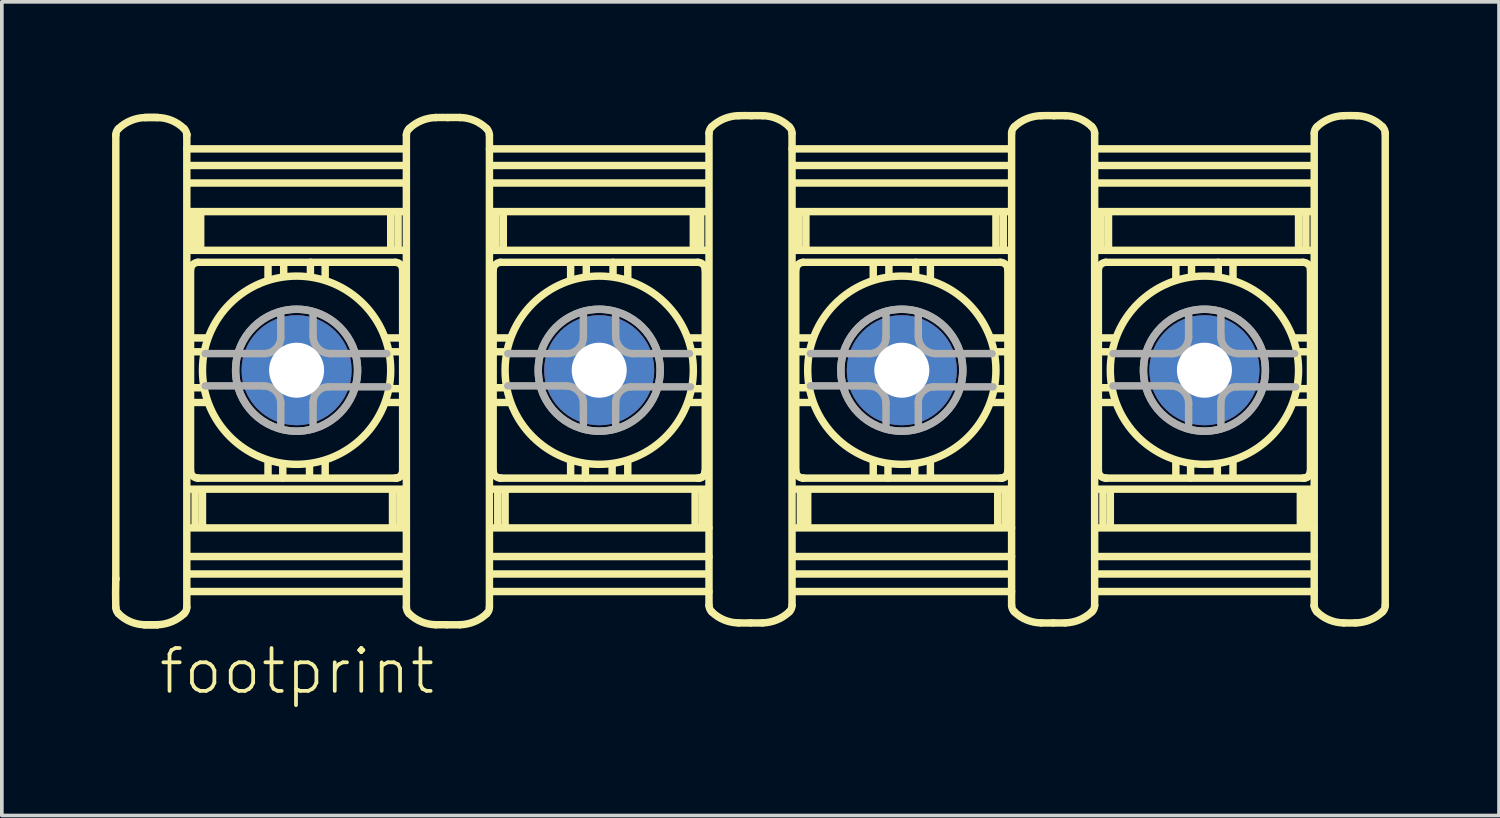
<source format=kicad_pcb>
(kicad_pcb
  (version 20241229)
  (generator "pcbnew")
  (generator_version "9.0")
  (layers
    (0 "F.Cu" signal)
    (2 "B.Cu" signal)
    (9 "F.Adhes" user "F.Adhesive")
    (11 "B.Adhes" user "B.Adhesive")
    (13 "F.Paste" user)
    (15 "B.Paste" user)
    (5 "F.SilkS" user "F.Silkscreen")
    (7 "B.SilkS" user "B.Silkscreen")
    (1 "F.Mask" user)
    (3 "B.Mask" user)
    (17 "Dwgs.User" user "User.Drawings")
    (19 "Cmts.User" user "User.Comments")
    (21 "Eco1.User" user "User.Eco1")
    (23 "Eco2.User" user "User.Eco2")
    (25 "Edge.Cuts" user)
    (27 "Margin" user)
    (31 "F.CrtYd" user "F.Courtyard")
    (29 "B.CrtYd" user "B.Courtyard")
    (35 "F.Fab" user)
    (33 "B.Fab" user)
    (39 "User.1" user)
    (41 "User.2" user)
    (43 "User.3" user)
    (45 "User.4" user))
  (footprint "footprint"
    (layer "F.Cu")
    (at 17.411 7.043)
    (property "Reference" "footprint" (at -16.185 8.89 0) (layer "F.SilkS") (effects (font (size 1.168 1.168) (thickness 0.102)) (justify left bottom)))
    (fp_line (start -17.304 -6.411) (end -17.304 5.682) (stroke (width 0.203) (type solid)) (layer "F.SilkS"))
    (fp_line (start -17.304 5.682) (end -17.304 5.707) (stroke (width 0.203) (type solid)) (layer "F.SilkS"))
    (fp_line (start -15.368 -6.411) (end -15.368 -6.436) (stroke (width 0.203) (type solid)) (layer "F.SilkS"))
    (fp_line (start -15.368 6.461) (end -15.368 -6.411) (stroke (width 0.203) (type solid)) (layer "F.SilkS"))
    (fp_line (start -15.342 3.243) (end -9.433 3.243) (stroke (width 0.203) (type solid)) (layer "F.SilkS"))
    (fp_line (start -15.342 4.299) (end -9.383 4.299) (stroke (width 0.203) (type solid)) (layer "F.SilkS"))
    (fp_line (start -15.342 5.079) (end -9.383 5.079) (stroke (width 0.203) (type solid)) (layer "F.SilkS"))
    (fp_line (start -15.342 5.556) (end -9.408 5.556) (stroke (width 0.203) (type solid)) (layer "F.SilkS"))
    (fp_line (start -15.342 6.034) (end -9.383 6.034) (stroke (width 0.203) (type solid)) (layer "F.SilkS"))
    (fp_line (start -15.317 0.88) (end -14.814 0.88) (stroke (width 0.203) (type solid)) (layer "F.SilkS"))
    (fp_line (start -15.266 -2.741) (end -15.266 2.74) (stroke (width 0.203) (type solid)) (layer "F.SilkS"))
    (fp_line (start -15.241 -0.88) (end -14.814 -0.88) (stroke (width 0.203) (type solid)) (layer "F.SilkS"))
    (fp_line (start -15.241 -0.503) (end -14.914 -0.503) (stroke (width 0.203) (type solid)) (layer "F.SilkS"))
    (fp_line (start -15.241 0.478) (end -14.914 0.478) (stroke (width 0.203) (type solid)) (layer "F.SilkS"))
    (fp_line (start -15.19 -3.319) (end -15.19 -4.299) (stroke (width 0.203) (type solid)) (layer "F.SilkS"))
    (fp_line (start -15.141 3.268) (end -15.141 4.274) (stroke (width 0.203) (type solid)) (layer "F.SilkS"))
    (fp_line (start -15.065 2.942) (end -15.065 2.942) (stroke (width 0.203) (type solid)) (layer "F.SilkS"))
    (fp_line (start -15.065 2.942) (end -9.66 2.942) (stroke (width 0.203) (type solid)) (layer "F.SilkS"))
    (fp_line (start -14.99 -3.294) (end -14.99 -4.274) (stroke (width 0.203) (type solid)) (layer "F.SilkS"))
    (fp_line (start -14.941 3.293) (end -14.941 4.274) (stroke (width 0.203) (type solid)) (layer "F.SilkS"))
    (fp_line (start -13.154 -2.464) (end -13.154 -2.917) (stroke (width 0.203) (type solid)) (layer "F.SilkS"))
    (fp_line (start -13.154 2.917) (end -13.154 2.489) (stroke (width 0.203) (type solid)) (layer "F.SilkS"))
    (fp_line (start -12.752 2.942) (end -12.752 2.564) (stroke (width 0.203) (type solid)) (layer "F.SilkS"))
    (fp_line (start -12.727 -2.564) (end -12.727 -2.917) (stroke (width 0.203) (type solid)) (layer "F.SilkS"))
    (fp_line (start -12.023 2.564) (end -12.023 2.917) (stroke (width 0.203) (type solid)) (layer "F.SilkS"))
    (fp_line (start -11.998 -2.942) (end -11.998 -2.564) (stroke (width 0.203) (type solid)) (layer "F.SilkS"))
    (fp_line (start -11.596 -2.917) (end -11.596 -2.489) (stroke (width 0.203) (type solid)) (layer "F.SilkS"))
    (fp_line (start -11.596 2.464) (end -11.596 2.917) (stroke (width 0.203) (type solid)) (layer "F.SilkS"))
    (fp_line (start -9.809 -3.319) (end -9.809 -4.274) (stroke (width 0.203) (type solid)) (layer "F.SilkS"))
    (fp_line (start -9.76 3.294) (end -9.76 4.274) (stroke (width 0.203) (type solid)) (layer "F.SilkS"))
    (fp_line (start -9.686 -2.942) (end -15.067 -2.942) (stroke (width 0.203) (type solid)) (layer "F.SilkS"))
    (fp_line (start -9.609 -3.294) (end -9.609 -4.249) (stroke (width 0.203) (type solid)) (layer "F.SilkS"))
    (fp_line (start -9.56 3.293) (end -9.56 4.274) (stroke (width 0.203) (type solid)) (layer "F.SilkS"))
    (fp_line (start -9.509 -0.88) (end -9.936 -0.88) (stroke (width 0.203) (type solid)) (layer "F.SilkS"))
    (fp_line (start -9.509 -0.503) (end -9.81 -0.503) (stroke (width 0.203) (type solid)) (layer "F.SilkS"))
    (fp_line (start -9.509 0.503) (end -9.836 0.503) (stroke (width 0.203) (type solid)) (layer "F.SilkS"))
    (fp_line (start -9.509 0.88) (end -9.936 0.88) (stroke (width 0.203) (type solid)) (layer "F.SilkS"))
    (fp_line (start -9.484 2.766) (end -9.484 -2.74) (stroke (width 0.203) (type solid)) (layer "F.SilkS"))
    (fp_line (start -9.432 -5.581) (end -15.34 -5.581) (stroke (width 0.203) (type solid)) (layer "F.SilkS"))
    (fp_line (start -9.432 -5.104) (end -15.34 -5.104) (stroke (width 0.203) (type solid)) (layer "F.SilkS"))
    (fp_line (start -9.432 -4.324) (end -15.34 -4.324) (stroke (width 0.203) (type solid)) (layer "F.SilkS"))
    (fp_line (start -9.432 -3.268) (end -15.29 -3.268) (stroke (width 0.203) (type solid)) (layer "F.SilkS"))
    (fp_line (start -9.408 -6.034) (end -15.367 -6.034) (stroke (width 0.203) (type solid)) (layer "F.SilkS"))
    (fp_line (start -9.382 -6.411) (end -9.382 6.462) (stroke (width 0.203) (type solid)) (layer "F.SilkS"))
    (fp_line (start -7.118 6.461) (end -7.118 -6.411) (stroke (width 0.203) (type solid)) (layer "F.SilkS"))
    (fp_line (start -7.092 3.243) (end -1.183 3.243) (stroke (width 0.203) (type solid)) (layer "F.SilkS"))
    (fp_line (start -7.092 4.299) (end -1.133 4.299) (stroke (width 0.203) (type solid)) (layer "F.SilkS"))
    (fp_line (start -7.092 5.079) (end -1.133 5.079) (stroke (width 0.203) (type solid)) (layer "F.SilkS"))
    (fp_line (start -7.092 5.556) (end -1.158 5.556) (stroke (width 0.203) (type solid)) (layer "F.SilkS"))
    (fp_line (start -7.092 6.034) (end -1.133 6.034) (stroke (width 0.203) (type solid)) (layer "F.SilkS"))
    (fp_line (start -7.067 0.88) (end -6.564 0.88) (stroke (width 0.203) (type solid)) (layer "F.SilkS"))
    (fp_line (start -7.016 -2.741) (end -7.016 2.74) (stroke (width 0.203) (type solid)) (layer "F.SilkS"))
    (fp_line (start -6.991 -0.88) (end -6.564 -0.88) (stroke (width 0.203) (type solid)) (layer "F.SilkS"))
    (fp_line (start -6.991 -0.503) (end -6.664 -0.503) (stroke (width 0.203) (type solid)) (layer "F.SilkS"))
    (fp_line (start -6.991 0.478) (end -6.664 0.478) (stroke (width 0.203) (type solid)) (layer "F.SilkS"))
    (fp_line (start -6.939 -3.319) (end -6.939 -4.299) (stroke (width 0.203) (type solid)) (layer "F.SilkS"))
    (fp_line (start -6.891 3.268) (end -6.891 4.274) (stroke (width 0.203) (type solid)) (layer "F.SilkS"))
    (fp_line (start -6.815 2.942) (end -6.815 2.942) (stroke (width 0.203) (type solid)) (layer "F.SilkS"))
    (fp_line (start -6.815 2.942) (end -1.41 2.942) (stroke (width 0.203) (type solid)) (layer "F.SilkS"))
    (fp_line (start -6.74 -3.294) (end -6.74 -4.274) (stroke (width 0.203) (type solid)) (layer "F.SilkS"))
    (fp_line (start -6.691 3.293) (end -6.691 4.274) (stroke (width 0.203) (type solid)) (layer "F.SilkS"))
    (fp_line (start -4.904 -2.464) (end -4.904 -2.917) (stroke (width 0.203) (type solid)) (layer "F.SilkS"))
    (fp_line (start -4.904 2.917) (end -4.904 2.489) (stroke (width 0.203) (type solid)) (layer "F.SilkS"))
    (fp_line (start -4.502 2.942) (end -4.502 2.564) (stroke (width 0.203) (type solid)) (layer "F.SilkS"))
    (fp_line (start -4.477 -2.564) (end -4.477 -2.917) (stroke (width 0.203) (type solid)) (layer "F.SilkS"))
    (fp_line (start -3.773 2.564) (end -3.773 2.917) (stroke (width 0.203) (type solid)) (layer "F.SilkS"))
    (fp_line (start -3.748 -2.942) (end -3.748 -2.564) (stroke (width 0.203) (type solid)) (layer "F.SilkS"))
    (fp_line (start -3.346 -2.917) (end -3.346 -2.489) (stroke (width 0.203) (type solid)) (layer "F.SilkS"))
    (fp_line (start -3.346 2.464) (end -3.346 2.917) (stroke (width 0.203) (type solid)) (layer "F.SilkS"))
    (fp_line (start -1.559 -3.319) (end -1.559 -4.274) (stroke (width 0.203) (type solid)) (layer "F.SilkS"))
    (fp_line (start -1.51 3.294) (end -1.51 4.274) (stroke (width 0.203) (type solid)) (layer "F.SilkS"))
    (fp_line (start -1.436 -2.942) (end -6.817 -2.942) (stroke (width 0.203) (type solid)) (layer "F.SilkS"))
    (fp_line (start -1.359 -3.294) (end -1.359 -4.249) (stroke (width 0.203) (type solid)) (layer "F.SilkS"))
    (fp_line (start -1.31 3.293) (end -1.31 4.274) (stroke (width 0.203) (type solid)) (layer "F.SilkS"))
    (fp_line (start -1.259 -0.88) (end -1.686 -0.88) (stroke (width 0.203) (type solid)) (layer "F.SilkS"))
    (fp_line (start -1.259 -0.503) (end -1.56 -0.503) (stroke (width 0.203) (type solid)) (layer "F.SilkS"))
    (fp_line (start -1.259 0.503) (end -1.586 0.503) (stroke (width 0.203) (type solid)) (layer "F.SilkS"))
    (fp_line (start -1.259 0.88) (end -1.686 0.88) (stroke (width 0.203) (type solid)) (layer "F.SilkS"))
    (fp_line (start -1.234 2.766) (end -1.234 -2.74) (stroke (width 0.203) (type solid)) (layer "F.SilkS"))
    (fp_line (start -1.182 -5.581) (end -7.09 -5.581) (stroke (width 0.203) (type solid)) (layer "F.SilkS"))
    (fp_line (start -1.182 -5.104) (end -7.09 -5.104) (stroke (width 0.203) (type solid)) (layer "F.SilkS"))
    (fp_line (start -1.182 -4.324) (end -7.09 -4.324) (stroke (width 0.203) (type solid)) (layer "F.SilkS"))
    (fp_line (start -1.182 -3.268) (end -7.04 -3.268) (stroke (width 0.203) (type solid)) (layer "F.SilkS"))
    (fp_line (start -1.158 -6.034) (end -7.117 -6.034) (stroke (width 0.203) (type solid)) (layer "F.SilkS"))
    (fp_line (start -1.132 -6.461) (end -1.132 6.411) (stroke (width 0.203) (type solid)) (layer "F.SilkS"))
    (fp_line (start 1.132 6.411) (end 1.132 -6.462) (stroke (width 0.203) (type solid)) (layer "F.SilkS"))
    (fp_line (start 1.158 3.243) (end 7.067 3.243) (stroke (width 0.203) (type solid)) (layer "F.SilkS"))
    (fp_line (start 1.158 4.299) (end 7.117 4.299) (stroke (width 0.203) (type solid)) (layer "F.SilkS"))
    (fp_line (start 1.158 5.079) (end 7.117 5.079) (stroke (width 0.203) (type solid)) (layer "F.SilkS"))
    (fp_line (start 1.158 5.556) (end 7.092 5.556) (stroke (width 0.203) (type solid)) (layer "F.SilkS"))
    (fp_line (start 1.158 6.034) (end 7.117 6.034) (stroke (width 0.203) (type solid)) (layer "F.SilkS"))
    (fp_line (start 1.183 0.88) (end 1.686 0.88) (stroke (width 0.203) (type solid)) (layer "F.SilkS"))
    (fp_line (start 1.234 -2.741) (end 1.234 2.74) (stroke (width 0.203) (type solid)) (layer "F.SilkS"))
    (fp_line (start 1.259 -0.88) (end 1.686 -0.88) (stroke (width 0.203) (type solid)) (layer "F.SilkS"))
    (fp_line (start 1.259 -0.503) (end 1.586 -0.503) (stroke (width 0.203) (type solid)) (layer "F.SilkS"))
    (fp_line (start 1.259 0.478) (end 1.586 0.478) (stroke (width 0.203) (type solid)) (layer "F.SilkS"))
    (fp_line (start 1.31 -3.319) (end 1.31 -4.299) (stroke (width 0.203) (type solid)) (layer "F.SilkS"))
    (fp_line (start 1.359 3.268) (end 1.359 4.274) (stroke (width 0.203) (type solid)) (layer "F.SilkS"))
    (fp_line (start 1.435 2.942) (end 1.435 2.942) (stroke (width 0.203) (type solid)) (layer "F.SilkS"))
    (fp_line (start 1.435 2.942) (end 6.84 2.942) (stroke (width 0.203) (type solid)) (layer "F.SilkS"))
    (fp_line (start 1.51 -3.294) (end 1.51 -4.274) (stroke (width 0.203) (type solid)) (layer "F.SilkS"))
    (fp_line (start 1.559 3.293) (end 1.559 4.274) (stroke (width 0.203) (type solid)) (layer "F.SilkS"))
    (fp_line (start 3.346 -2.464) (end 3.346 -2.917) (stroke (width 0.203) (type solid)) (layer "F.SilkS"))
    (fp_line (start 3.346 2.917) (end 3.346 2.489) (stroke (width 0.203) (type solid)) (layer "F.SilkS"))
    (fp_line (start 3.748 2.942) (end 3.748 2.564) (stroke (width 0.203) (type solid)) (layer "F.SilkS"))
    (fp_line (start 3.773 -2.564) (end 3.773 -2.917) (stroke (width 0.203) (type solid)) (layer "F.SilkS"))
    (fp_line (start 4.477 2.564) (end 4.477 2.917) (stroke (width 0.203) (type solid)) (layer "F.SilkS"))
    (fp_line (start 4.502 -2.942) (end 4.502 -2.564) (stroke (width 0.203) (type solid)) (layer "F.SilkS"))
    (fp_line (start 4.904 -2.917) (end 4.904 -2.489) (stroke (width 0.203) (type solid)) (layer "F.SilkS"))
    (fp_line (start 4.904 2.464) (end 4.904 2.917) (stroke (width 0.203) (type solid)) (layer "F.SilkS"))
    (fp_line (start 6.691 -3.319) (end 6.691 -4.274) (stroke (width 0.203) (type solid)) (layer "F.SilkS"))
    (fp_line (start 6.74 3.294) (end 6.74 4.274) (stroke (width 0.203) (type solid)) (layer "F.SilkS"))
    (fp_line (start 6.814 -2.942) (end 1.433 -2.942) (stroke (width 0.203) (type solid)) (layer "F.SilkS"))
    (fp_line (start 6.891 -3.294) (end 6.891 -4.249) (stroke (width 0.203) (type solid)) (layer "F.SilkS"))
    (fp_line (start 6.939 3.293) (end 6.939 4.274) (stroke (width 0.203) (type solid)) (layer "F.SilkS"))
    (fp_line (start 6.991 -0.88) (end 6.564 -0.88) (stroke (width 0.203) (type solid)) (layer "F.SilkS"))
    (fp_line (start 6.991 -0.503) (end 6.689 -0.503) (stroke (width 0.203) (type solid)) (layer "F.SilkS"))
    (fp_line (start 6.991 0.503) (end 6.664 0.503) (stroke (width 0.203) (type solid)) (layer "F.SilkS"))
    (fp_line (start 6.991 0.88) (end 6.564 0.88) (stroke (width 0.203) (type solid)) (layer "F.SilkS"))
    (fp_line (start 7.016 2.766) (end 7.016 -2.74) (stroke (width 0.203) (type solid)) (layer "F.SilkS"))
    (fp_line (start 7.068 -5.581) (end 1.16 -5.581) (stroke (width 0.203) (type solid)) (layer "F.SilkS"))
    (fp_line (start 7.068 -5.104) (end 1.16 -5.104) (stroke (width 0.203) (type solid)) (layer "F.SilkS"))
    (fp_line (start 7.068 -4.324) (end 1.16 -4.324) (stroke (width 0.203) (type solid)) (layer "F.SilkS"))
    (fp_line (start 7.068 -3.268) (end 1.21 -3.268) (stroke (width 0.203) (type solid)) (layer "F.SilkS"))
    (fp_line (start 7.092 -6.034) (end 1.133 -6.034) (stroke (width 0.203) (type solid)) (layer "F.SilkS"))
    (fp_line (start 7.118 -6.461) (end 7.118 6.411) (stroke (width 0.203) (type solid)) (layer "F.SilkS"))
    (fp_line (start 9.382 6.411) (end 9.382 -6.462) (stroke (width 0.203) (type solid)) (layer "F.SilkS"))
    (fp_line (start 9.408 3.243) (end 15.317 3.243) (stroke (width 0.203) (type solid)) (layer "F.SilkS"))
    (fp_line (start 9.408 4.299) (end 15.367 4.299) (stroke (width 0.203) (type solid)) (layer "F.SilkS"))
    (fp_line (start 9.408 5.079) (end 15.367 5.079) (stroke (width 0.203) (type solid)) (layer "F.SilkS"))
    (fp_line (start 9.408 5.556) (end 15.342 5.556) (stroke (width 0.203) (type solid)) (layer "F.SilkS"))
    (fp_line (start 9.408 6.034) (end 15.367 6.034) (stroke (width 0.203) (type solid)) (layer "F.SilkS"))
    (fp_line (start 9.433 0.88) (end 9.936 0.88) (stroke (width 0.203) (type solid)) (layer "F.SilkS"))
    (fp_line (start 9.484 -2.741) (end 9.484 2.74) (stroke (width 0.203) (type solid)) (layer "F.SilkS"))
    (fp_line (start 9.509 -0.88) (end 9.936 -0.88) (stroke (width 0.203) (type solid)) (layer "F.SilkS"))
    (fp_line (start 9.509 -0.503) (end 9.836 -0.503) (stroke (width 0.203) (type solid)) (layer "F.SilkS"))
    (fp_line (start 9.509 0.478) (end 9.836 0.478) (stroke (width 0.203) (type solid)) (layer "F.SilkS"))
    (fp_line (start 9.56 -3.319) (end 9.56 -4.299) (stroke (width 0.203) (type solid)) (layer "F.SilkS"))
    (fp_line (start 9.609 3.268) (end 9.609 4.274) (stroke (width 0.203) (type solid)) (layer "F.SilkS"))
    (fp_line (start 9.685 2.942) (end 9.685 2.942) (stroke (width 0.203) (type solid)) (layer "F.SilkS"))
    (fp_line (start 9.685 2.942) (end 15.09 2.942) (stroke (width 0.203) (type solid)) (layer "F.SilkS"))
    (fp_line (start 9.76 -3.294) (end 9.76 -4.274) (stroke (width 0.203) (type solid)) (layer "F.SilkS"))
    (fp_line (start 9.809 3.293) (end 9.809 4.274) (stroke (width 0.203) (type solid)) (layer "F.SilkS"))
    (fp_line (start 11.596 -2.464) (end 11.596 -2.917) (stroke (width 0.203) (type solid)) (layer "F.SilkS"))
    (fp_line (start 11.596 2.917) (end 11.596 2.489) (stroke (width 0.203) (type solid)) (layer "F.SilkS"))
    (fp_line (start 11.998 2.942) (end 11.998 2.564) (stroke (width 0.203) (type solid)) (layer "F.SilkS"))
    (fp_line (start 12.023 -2.564) (end 12.023 -2.917) (stroke (width 0.203) (type solid)) (layer "F.SilkS"))
    (fp_line (start 12.727 2.564) (end 12.727 2.917) (stroke (width 0.203) (type solid)) (layer "F.SilkS"))
    (fp_line (start 12.752 -2.942) (end 12.752 -2.564) (stroke (width 0.203) (type solid)) (layer "F.SilkS"))
    (fp_line (start 13.154 -2.917) (end 13.154 -2.489) (stroke (width 0.203) (type solid)) (layer "F.SilkS"))
    (fp_line (start 13.154 2.464) (end 13.154 2.917) (stroke (width 0.203) (type solid)) (layer "F.SilkS"))
    (fp_line (start 14.941 -3.319) (end 14.941 -4.274) (stroke (width 0.203) (type solid)) (layer "F.SilkS"))
    (fp_line (start 14.99 3.294) (end 14.99 4.274) (stroke (width 0.203) (type solid)) (layer "F.SilkS"))
    (fp_line (start 15.064 -2.942) (end 9.683 -2.942) (stroke (width 0.203) (type solid)) (layer "F.SilkS"))
    (fp_line (start 15.141 -3.294) (end 15.141 -4.249) (stroke (width 0.203) (type solid)) (layer "F.SilkS"))
    (fp_line (start 15.19 3.293) (end 15.19 4.274) (stroke (width 0.203) (type solid)) (layer "F.SilkS"))
    (fp_line (start 15.241 -0.88) (end 14.814 -0.88) (stroke (width 0.203) (type solid)) (layer "F.SilkS"))
    (fp_line (start 15.241 -0.503) (end 14.94 -0.503) (stroke (width 0.203) (type solid)) (layer "F.SilkS"))
    (fp_line (start 15.241 0.503) (end 14.914 0.503) (stroke (width 0.203) (type solid)) (layer "F.SilkS"))
    (fp_line (start 15.241 0.88) (end 14.814 0.88) (stroke (width 0.203) (type solid)) (layer "F.SilkS"))
    (fp_line (start 15.266 2.766) (end 15.266 -2.74) (stroke (width 0.203) (type solid)) (layer "F.SilkS"))
    (fp_line (start 15.318 -5.581) (end 9.41 -5.581) (stroke (width 0.203) (type solid)) (layer "F.SilkS"))
    (fp_line (start 15.318 -5.104) (end 9.41 -5.104) (stroke (width 0.203) (type solid)) (layer "F.SilkS"))
    (fp_line (start 15.318 -4.324) (end 9.41 -4.324) (stroke (width 0.203) (type solid)) (layer "F.SilkS"))
    (fp_line (start 15.318 -3.268) (end 9.46 -3.268) (stroke (width 0.203) (type solid)) (layer "F.SilkS"))
    (fp_line (start 15.342 -6.034) (end 9.383 -6.034) (stroke (width 0.203) (type solid)) (layer "F.SilkS"))
    (fp_line (start 15.368 -6.461) (end 15.368 6.411) (stroke (width 0.203) (type solid)) (layer "F.SilkS"))
    (fp_line (start 15.368 6.411) (end 15.368 6.436) (stroke (width 0.203) (type solid)) (layer "F.SilkS"))
    (fp_line (start 17.304 6.411) (end 17.304 -6.461) (stroke (width 0.203) (type solid)) (layer "F.SilkS"))
    (fp_arc (start -17.3043 -6.4114) (mid -17.28464 -6.507115) (end -17.228799 -6.5873) (stroke (width 0.2032) (type solid)) (layer "F.SilkS"))
    (fp_arc (start -17.3043 6.4614) (mid -17.309282 6.0717) (end -17.3043 5.682) (stroke (width 0.2032) (type solid)) (layer "F.SilkS"))
    (fp_arc (start -17.2288 -6.5873) (mid -16.892278 -6.805911) (end -16.4997 -6.8891) (stroke (width 0.2032) (type solid)) (layer "F.SilkS"))
    (fp_arc (start -17.2288 6.6373) (mid -17.283454 6.556605) (end -17.3043 6.461399) (stroke (width 0.2032) (type solid)) (layer "F.SilkS"))
    (fp_arc (start -16.5249 6.9391) (mid -16.905904 6.855963) (end -17.2288 6.6373) (stroke (width 0.2032) (type solid)) (layer "F.SilkS"))
    (fp_arc (start -16.4997 -6.8891) (mid -16.33625 -6.891161) (end -16.1728 -6.8891) (stroke (width 0.2032) (type solid)) (layer "F.SilkS"))
    (fp_arc (start -16.4997 -6.8891) (mid -16.33625 -6.891161) (end -16.1728 -6.8891) (stroke (width 0.2032) (type solid)) (layer "F.SilkS"))
    (fp_arc (start -16.1729 6.9391) (mid -16.3489 6.94132) (end -16.5249 6.9391) (stroke (width 0.2032) (type solid)) (layer "F.SilkS"))
    (fp_arc (start -16.1729 6.9391) (mid -16.3489 6.94132) (end -16.5249 6.9391) (stroke (width 0.2032) (type solid)) (layer "F.SilkS"))
    (fp_arc (start -16.1728 -6.8891) (mid -15.779249 -6.808371) (end -15.443799 -6.5873) (stroke (width 0.2032) (type solid)) (layer "F.SilkS"))
    (fp_arc (start -15.4438 -6.5873) (mid -15.389146 -6.506605) (end -15.3683 -6.4114) (stroke (width 0.2032) (type solid)) (layer "F.SilkS"))
    (fp_arc (start -15.4438 6.6373) (mid -15.780328 6.855897) (end -16.1729 6.9391) (stroke (width 0.2032) (type solid)) (layer "F.SilkS"))
    (fp_arc (start -15.3683 6.4614) (mid -15.38796 6.557114) (end -15.4438 6.637299) (stroke (width 0.2032) (type solid)) (layer "F.SilkS"))
    (fp_arc (start -15.266301 -2.7406) (mid -15.204504 -2.87897) (end -15.0666 -2.9418) (stroke (width 0.2032) (type solid)) (layer "F.SilkS"))
    (fp_arc (start -15.0651 2.9416) (mid -15.20737 2.88267) (end -15.2663 2.7404) (stroke (width 0.2032) (type solid)) (layer "F.SilkS"))
    (fp_arc (start -9.6849 -2.9417) (mid -9.54263 -2.88277) (end -9.4837 -2.7405) (stroke (width 0.2032) (type solid)) (layer "F.SilkS"))
    (fp_arc (start -9.4837 2.7657) (mid -9.53522 2.89008) (end -9.6596 2.9416) (stroke (width 0.2032) (type solid)) (layer "F.SilkS"))
    (fp_arc (start -9.4822 2.7406) (mid -9.54113 2.88287) (end -9.6834 2.9418) (stroke (width 0.2032) (type solid)) (layer "F.SilkS"))
    (fp_arc (start -9.3817 -6.4111) (mid -9.36204 -6.506815) (end -9.306199 -6.587) (stroke (width 0.2032) (type solid)) (layer "F.SilkS"))
    (fp_arc (start -9.3062 -6.587) (mid -8.969672 -6.805598) (end -8.5771 -6.888801) (stroke (width 0.2032) (type solid)) (layer "F.SilkS"))
    (fp_arc (start -9.3062 6.6376) (mid -9.360854 6.556905) (end -9.3817 6.461699) (stroke (width 0.2032) (type solid)) (layer "F.SilkS"))
    (fp_arc (start -8.5772 6.9394) (mid -8.970751 6.858671) (end -9.306201 6.6376) (stroke (width 0.2032) (type solid)) (layer "F.SilkS"))
    (fp_arc (start -8.5771 -6.8888) (mid -8.414401 -6.890883) (end -8.2517 -6.8889) (stroke (width 0.2032) (type solid)) (layer "F.SilkS"))
    (fp_arc (start -8.2769 6.9392) (mid -8.427049 6.941177) (end -8.5772 6.9394) (stroke (width 0.2032) (type solid)) (layer "F.SilkS"))
    (fp_arc (start -8.2517 -6.8889) (mid -8.087251 -6.891055) (end -7.9228 -6.8891) (stroke (width 0.2032) (type solid)) (layer "F.SilkS"))
    (fp_arc (start -7.9229 6.9391) (mid -8.099899 6.941362) (end -8.2769 6.9392) (stroke (width 0.2032) (type solid)) (layer "F.SilkS"))
    (fp_arc (start -7.9228 -6.8891) (mid -7.529249 -6.808371) (end -7.193799 -6.5873) (stroke (width 0.2032) (type solid)) (layer "F.SilkS"))
    (fp_arc (start -7.1938 -6.5873) (mid -7.139146 -6.506605) (end -7.1183 -6.4114) (stroke (width 0.2032) (type solid)) (layer "F.SilkS"))
    (fp_arc (start -7.1938 6.6373) (mid -7.530328 6.855897) (end -7.9229 6.9391) (stroke (width 0.2032) (type solid)) (layer "F.SilkS"))
    (fp_arc (start -7.1183 6.4614) (mid -7.13796 6.557114) (end -7.1938 6.637299) (stroke (width 0.2032) (type solid)) (layer "F.SilkS"))
    (fp_arc (start -7.016301 -2.7406) (mid -6.954504 -2.87897) (end -6.8166 -2.9418) (stroke (width 0.2032) (type solid)) (layer "F.SilkS"))
    (fp_arc (start -6.8151 2.9416) (mid -6.95737 2.88267) (end -7.0163 2.7404) (stroke (width 0.2032) (type solid)) (layer "F.SilkS"))
    (fp_arc (start -1.4349 -2.9417) (mid -1.29263 -2.88277) (end -1.2337 -2.7405) (stroke (width 0.2032) (type solid)) (layer "F.SilkS"))
    (fp_arc (start -1.2337 2.7657) (mid -1.28522 2.89008) (end -1.4096 2.9416) (stroke (width 0.2032) (type solid)) (layer "F.SilkS"))
    (fp_arc (start -1.2322 2.7406) (mid -1.29113 2.88287) (end -1.4334 2.9418) (stroke (width 0.2032) (type solid)) (layer "F.SilkS"))
    (fp_arc (start -1.1317 -6.4614) (mid -1.11204 -6.557115) (end -1.056199 -6.6373) (stroke (width 0.2032) (type solid)) (layer "F.SilkS"))
    (fp_arc (start -1.0562 -6.6373) (mid -0.719672 -6.855898) (end -0.3271 -6.939101) (stroke (width 0.2032) (type solid)) (layer "F.SilkS"))
    (fp_arc (start -1.0562 6.5873) (mid -1.110854 6.506605) (end -1.1317 6.411399) (stroke (width 0.2032) (type solid)) (layer "F.SilkS"))
    (fp_arc (start -0.3272 6.8891) (mid -0.720751 6.808371) (end -1.056201 6.5873) (stroke (width 0.2032) (type solid)) (layer "F.SilkS"))
    (fp_arc (start -0.3271 -6.9391) (mid -0.150101 -6.941362) (end 0.0269 -6.9392) (stroke (width 0.2032) (type solid)) (layer "F.SilkS"))
    (fp_arc (start 0.0017 6.8889) (mid -0.162749 6.891055) (end -0.3272 6.8891) (stroke (width 0.2032) (type solid)) (layer "F.SilkS"))
    (fp_arc (start 0.0269 -6.9392) (mid 0.177049 -6.941177) (end 0.3272 -6.9394) (stroke (width 0.2032) (type solid)) (layer "F.SilkS"))
    (fp_arc (start 0.3271 6.8888) (mid 0.164401 6.890883) (end 0.0017 6.8889) (stroke (width 0.2032) (type solid)) (layer "F.SilkS"))
    (fp_arc (start 0.3272 -6.9394) (mid 0.720751 -6.858671) (end 1.056201 -6.6376) (stroke (width 0.2032) (type solid)) (layer "F.SilkS"))
    (fp_arc (start 1.0562 -6.6376) (mid 1.110854 -6.556905) (end 1.1317 -6.461699) (stroke (width 0.2032) (type solid)) (layer "F.SilkS"))
    (fp_arc (start 1.0562 6.587) (mid 0.719672 6.805598) (end 0.3271 6.888801) (stroke (width 0.2032) (type solid)) (layer "F.SilkS"))
    (fp_arc (start 1.1317 6.4111) (mid 1.11204 6.506815) (end 1.056199 6.587) (stroke (width 0.2032) (type solid)) (layer "F.SilkS"))
    (fp_arc (start 1.233699 -2.740601) (mid 1.295497 -2.87897) (end 1.4334 -2.9418) (stroke (width 0.2032) (type solid)) (layer "F.SilkS"))
    (fp_arc (start 1.4349 2.9416) (mid 1.29263 2.88267) (end 1.2337 2.7404) (stroke (width 0.2032) (type solid)) (layer "F.SilkS"))
    (fp_arc (start 6.8151 -2.9417) (mid 6.95737 -2.88277) (end 7.0163 -2.7405) (stroke (width 0.2032) (type solid)) (layer "F.SilkS"))
    (fp_arc (start 7.0163 2.7657) (mid 6.96478 2.89008) (end 6.8404 2.9416) (stroke (width 0.2032) (type solid)) (layer "F.SilkS"))
    (fp_arc (start 7.0178 2.7406) (mid 6.95887 2.88287) (end 6.8166 2.9418) (stroke (width 0.2032) (type solid)) (layer "F.SilkS"))
    (fp_arc (start 7.1183 -6.4614) (mid 7.13796 -6.557114) (end 7.1938 -6.637299) (stroke (width 0.2032) (type solid)) (layer "F.SilkS"))
    (fp_arc (start 7.1938 -6.6373) (mid 7.530328 -6.855897) (end 7.9229 -6.9391) (stroke (width 0.2032) (type solid)) (layer "F.SilkS"))
    (fp_arc (start 7.1938 6.5873) (mid 7.139146 6.506605) (end 7.1183 6.4114) (stroke (width 0.2032) (type solid)) (layer "F.SilkS"))
    (fp_arc (start 7.9228 6.8891) (mid 7.529249 6.808371) (end 7.193799 6.5873) (stroke (width 0.2032) (type solid)) (layer "F.SilkS"))
    (fp_arc (start 7.9229 -6.9391) (mid 8.099899 -6.941362) (end 8.2769 -6.9392) (stroke (width 0.2032) (type solid)) (layer "F.SilkS"))
    (fp_arc (start 8.2517 6.8889) (mid 8.087251 6.891055) (end 7.9228 6.8891) (stroke (width 0.2032) (type solid)) (layer "F.SilkS"))
    (fp_arc (start 8.2769 -6.9392) (mid 8.427049 -6.941177) (end 8.5772 -6.9394) (stroke (width 0.2032) (type solid)) (layer "F.SilkS"))
    (fp_arc (start 8.5771 6.8888) (mid 8.414401 6.890883) (end 8.2517 6.8889) (stroke (width 0.2032) (type solid)) (layer "F.SilkS"))
    (fp_arc (start 8.5772 -6.9394) (mid 8.970751 -6.858671) (end 9.306201 -6.6376) (stroke (width 0.2032) (type solid)) (layer "F.SilkS"))
    (fp_arc (start 9.3062 -6.6376) (mid 9.360854 -6.556905) (end 9.3817 -6.461699) (stroke (width 0.2032) (type solid)) (layer "F.SilkS"))
    (fp_arc (start 9.3062 6.587) (mid 8.969672 6.805598) (end 8.5771 6.888801) (stroke (width 0.2032) (type solid)) (layer "F.SilkS"))
    (fp_arc (start 9.3817 6.4111) (mid 9.36204 6.506815) (end 9.306199 6.587) (stroke (width 0.2032) (type solid)) (layer "F.SilkS"))
    (fp_arc (start 9.483699 -2.740601) (mid 9.545497 -2.87897) (end 9.6834 -2.9418) (stroke (width 0.2032) (type solid)) (layer "F.SilkS"))
    (fp_arc (start 9.6849 2.9416) (mid 9.54263 2.88267) (end 9.4837 2.7404) (stroke (width 0.2032) (type solid)) (layer "F.SilkS"))
    (fp_arc (start 15.0651 -2.9417) (mid 15.20737 -2.88277) (end 15.2663 -2.7405) (stroke (width 0.2032) (type solid)) (layer "F.SilkS"))
    (fp_arc (start 15.2663 2.7657) (mid 15.21478 2.89008) (end 15.0904 2.9416) (stroke (width 0.2032) (type solid)) (layer "F.SilkS"))
    (fp_arc (start 15.2678 2.7406) (mid 15.20887 2.88287) (end 15.0666 2.9418) (stroke (width 0.2032) (type solid)) (layer "F.SilkS"))
    (fp_arc (start 15.3683 -6.4614) (mid 15.38796 -6.557114) (end 15.4438 -6.637299) (stroke (width 0.2032) (type solid)) (layer "F.SilkS"))
    (fp_arc (start 15.4438 -6.6373) (mid 15.780328 -6.855897) (end 16.1729 -6.9391) (stroke (width 0.2032) (type solid)) (layer "F.SilkS"))
    (fp_arc (start 15.4438 6.5873) (mid 15.389146 6.506605) (end 15.3683 6.4114) (stroke (width 0.2032) (type solid)) (layer "F.SilkS"))
    (fp_arc (start 16.1728 6.8891) (mid 15.779249 6.808371) (end 15.443799 6.5873) (stroke (width 0.2032) (type solid)) (layer "F.SilkS"))
    (fp_arc (start 16.1729 -6.9391) (mid 16.3489 -6.94132) (end 16.5249 -6.9391) (stroke (width 0.2032) (type solid)) (layer "F.SilkS"))
    (fp_arc (start 16.4997 6.8891) (mid 16.33625 6.891161) (end 16.1728 6.8891) (stroke (width 0.2032) (type solid)) (layer "F.SilkS"))
    (fp_arc (start 16.5249 -6.9391) (mid 16.905904 -6.855963) (end 17.2288 -6.6373) (stroke (width 0.2032) (type solid)) (layer "F.SilkS"))
    (fp_arc (start 17.2288 -6.6373) (mid 17.283454 -6.556605) (end 17.3043 -6.461399) (stroke (width 0.2032) (type solid)) (layer "F.SilkS"))
    (fp_arc (start 17.2288 6.5873) (mid 16.892278 6.805911) (end 16.4997 6.8891) (stroke (width 0.2032) (type solid)) (layer "F.SilkS"))
    (fp_arc (start 17.3043 6.4114) (mid 17.28464 6.507115) (end 17.228799 6.5873) (stroke (width 0.2032) (type solid)) (layer "F.SilkS"))
    (fp_circle (center -12.375 0) (end -9.809 0) (stroke (width 0.203) (type solid)) (fill no) (layer "F.SilkS"))
    (fp_circle (center -4.125 0) (end -1.559 0) (stroke (width 0.203) (type solid)) (fill no) (layer "F.SilkS"))
    (fp_circle (center 4.125 0) (end 6.691 0) (stroke (width 0.203) (type solid)) (fill no) (layer "F.SilkS"))
    (fp_circle (center 12.375 0) (end 14.941 0) (stroke (width 0.203) (type solid)) (fill no) (layer "F.SilkS"))
    (fp_line (start -14.867 -0.453) (end -13.258 -0.453) (stroke (width 0.203) (type solid)) (layer "F.Fab"))
    (fp_line (start -14.867 0.427) (end -13.284 0.427) (stroke (width 0.203) (type solid)) (layer "F.Fab"))
    (fp_line (start -12.806 -0.905) (end -12.806 -1.584) (stroke (width 0.203) (type solid)) (layer "F.Fab"))
    (fp_line (start -12.806 0.905) (end -12.806 1.559) (stroke (width 0.203) (type solid)) (layer "F.Fab"))
    (fp_line (start -11.926 -0.93) (end -11.926 -1.559) (stroke (width 0.203) (type solid)) (layer "F.Fab"))
    (fp_line (start -11.926 0.88) (end -11.926 1.559) (stroke (width 0.203) (type solid)) (layer "F.Fab"))
    (fp_line (start -9.915 -0.453) (end -11.448 -0.453) (stroke (width 0.203) (type solid)) (layer "F.Fab"))
    (fp_line (start -9.889 0.453) (end -11.498 0.453) (stroke (width 0.203) (type solid)) (layer "F.Fab"))
    (fp_line (start -6.617 -0.453) (end -5.008 -0.453) (stroke (width 0.203) (type solid)) (layer "F.Fab"))
    (fp_line (start -6.617 0.427) (end -5.034 0.427) (stroke (width 0.203) (type solid)) (layer "F.Fab"))
    (fp_line (start -4.556 -0.905) (end -4.556 -1.584) (stroke (width 0.203) (type solid)) (layer "F.Fab"))
    (fp_line (start -4.556 0.905) (end -4.556 1.559) (stroke (width 0.203) (type solid)) (layer "F.Fab"))
    (fp_line (start -3.676 -0.93) (end -3.676 -1.559) (stroke (width 0.203) (type solid)) (layer "F.Fab"))
    (fp_line (start -3.676 0.88) (end -3.676 1.559) (stroke (width 0.203) (type solid)) (layer "F.Fab"))
    (fp_line (start -1.665 -0.453) (end -3.198 -0.453) (stroke (width 0.203) (type solid)) (layer "F.Fab"))
    (fp_line (start -1.639 0.453) (end -3.248 0.453) (stroke (width 0.203) (type solid)) (layer "F.Fab"))
    (fp_line (start 1.633 -0.453) (end 3.242 -0.453) (stroke (width 0.203) (type solid)) (layer "F.Fab"))
    (fp_line (start 1.633 0.427) (end 3.216 0.427) (stroke (width 0.203) (type solid)) (layer "F.Fab"))
    (fp_line (start 3.694 -0.905) (end 3.694 -1.584) (stroke (width 0.203) (type solid)) (layer "F.Fab"))
    (fp_line (start 3.694 0.905) (end 3.694 1.559) (stroke (width 0.203) (type solid)) (layer "F.Fab"))
    (fp_line (start 4.574 -0.93) (end 4.574 -1.559) (stroke (width 0.203) (type solid)) (layer "F.Fab"))
    (fp_line (start 4.574 0.88) (end 4.574 1.559) (stroke (width 0.203) (type solid)) (layer "F.Fab"))
    (fp_line (start 6.585 -0.453) (end 5.052 -0.453) (stroke (width 0.203) (type solid)) (layer "F.Fab"))
    (fp_line (start 6.611 0.453) (end 5.002 0.453) (stroke (width 0.203) (type solid)) (layer "F.Fab"))
    (fp_line (start 9.883 -0.453) (end 11.492 -0.453) (stroke (width 0.203) (type solid)) (layer "F.Fab"))
    (fp_line (start 9.883 0.427) (end 11.466 0.427) (stroke (width 0.203) (type solid)) (layer "F.Fab"))
    (fp_line (start 11.944 -0.905) (end 11.944 -1.584) (stroke (width 0.203) (type solid)) (layer "F.Fab"))
    (fp_line (start 11.944 0.905) (end 11.944 1.559) (stroke (width 0.203) (type solid)) (layer "F.Fab"))
    (fp_line (start 12.824 -0.93) (end 12.824 -1.559) (stroke (width 0.203) (type solid)) (layer "F.Fab"))
    (fp_line (start 12.824 0.88) (end 12.824 1.559) (stroke (width 0.203) (type solid)) (layer "F.Fab"))
    (fp_line (start 14.835 -0.453) (end 13.302 -0.453) (stroke (width 0.203) (type solid)) (layer "F.Fab"))
    (fp_line (start 14.861 0.453) (end 13.252 0.453) (stroke (width 0.203) (type solid)) (layer "F.Fab"))
    (fp_arc (start -13.2835 0.4274) (mid -12.945715 0.567315) (end -12.8058 0.9051) (stroke (width 0.2032) (type solid)) (layer "F.Fab"))
    (fp_arc (start -12.8058 -0.9051) (mid -12.938334 -0.585134) (end -13.2583 -0.4526) (stroke (width 0.2032) (type solid)) (layer "F.Fab"))
    (fp_arc (start -11.9259 0.88) (mid -11.800717 0.577783) (end -11.4985 0.4526) (stroke (width 0.2032) (type solid)) (layer "F.Fab"))
    (fp_arc (start -11.4482 -0.4526) (mid -11.785985 -0.592515) (end -11.9259 -0.9303) (stroke (width 0.2032) (type solid)) (layer "F.Fab"))
    (fp_arc (start -5.0335 0.4274) (mid -4.695715 0.567315) (end -4.5558 0.9051) (stroke (width 0.2032) (type solid)) (layer "F.Fab"))
    (fp_arc (start -4.5558 -0.9051) (mid -4.688334 -0.585134) (end -5.0083 -0.4526) (stroke (width 0.2032) (type solid)) (layer "F.Fab"))
    (fp_arc (start -3.6759 0.88) (mid -3.550717 0.577783) (end -3.2485 0.4526) (stroke (width 0.2032) (type solid)) (layer "F.Fab"))
    (fp_arc (start -3.1982 -0.4526) (mid -3.535985 -0.592515) (end -3.6759 -0.9303) (stroke (width 0.2032) (type solid)) (layer "F.Fab"))
    (fp_arc (start 3.2165 0.4274) (mid 3.554285 0.567315) (end 3.6942 0.9051) (stroke (width 0.2032) (type solid)) (layer "F.Fab"))
    (fp_arc (start 3.6942 -0.9051) (mid 3.561666 -0.585134) (end 3.2417 -0.4526) (stroke (width 0.2032) (type solid)) (layer "F.Fab"))
    (fp_arc (start 4.5741 0.88) (mid 4.699283 0.577783) (end 5.0015 0.4526) (stroke (width 0.2032) (type solid)) (layer "F.Fab"))
    (fp_arc (start 5.0518 -0.4526) (mid 4.714015 -0.592515) (end 4.5741 -0.9303) (stroke (width 0.2032) (type solid)) (layer "F.Fab"))
    (fp_arc (start 11.4665 0.4274) (mid 11.804285 0.567315) (end 11.9442 0.9051) (stroke (width 0.2032) (type solid)) (layer "F.Fab"))
    (fp_arc (start 11.9442 -0.9051) (mid 11.811666 -0.585134) (end 11.4917 -0.4526) (stroke (width 0.2032) (type solid)) (layer "F.Fab"))
    (fp_arc (start 12.8241 0.88) (mid 12.949283 0.577783) (end 13.2515 0.4526) (stroke (width 0.2032) (type solid)) (layer "F.Fab"))
    (fp_arc (start 13.3018 -0.4526) (mid 12.964015 -0.592515) (end 12.8241 -0.9303) (stroke (width 0.2032) (type solid)) (layer "F.Fab"))
    (fp_circle (center -12.375 0) (end -10.713 0) (stroke (width 0.203) (type solid)) (fill no) (layer "F.Fab"))
    (fp_circle (center -12.375 0) (end -10.713 0) (stroke (width 0.203) (type solid)) (fill no) (layer "F.Fab"))
    (fp_circle (center -4.125 0) (end -2.463 0) (stroke (width 0.203) (type solid)) (fill no) (layer "F.Fab"))
    (fp_circle (center -4.125 0) (end -2.463 0) (stroke (width 0.203) (type solid)) (fill no) (layer "F.Fab"))
    (fp_circle (center 4.125 0) (end 5.787 0) (stroke (width 0.203) (type solid)) (fill no) (layer "F.Fab"))
    (fp_circle (center 4.125 0) (end 5.787 0) (stroke (width 0.203) (type solid)) (fill no) (layer "F.Fab"))
    (fp_circle (center 12.375 0) (end 14.037 0) (stroke (width 0.203) (type solid)) (fill no) (layer "F.Fab"))
    (fp_circle (center 12.375 0) (end 14.037 0) (stroke (width 0.203) (type solid)) (fill no) (layer "F.Fab"))
    (pad "1" thru_hole circle (at -12.375 0) (size 3 3) (drill 1.5) (layers "*.Cu" "*.Mask"))
    (pad "2" thru_hole circle (at -4.125 0) (size 3 3) (drill 1.5) (layers "*.Cu" "*.Mask"))
    (pad "3" thru_hole circle (at 4.125 0) (size 3 3) (drill 1.5) (layers "*.Cu" "*.Mask"))
    (pad "4" thru_hole circle (at 12.375 0) (size 3 3) (drill 1.5) (layers "*.Cu" "*.Mask")))
  (gr_rect
    (start -3 -3)
    (end 37.817 19.183)
    (stroke (width 0.1) (type default))
    (fill no)
    (layer "Edge.Cuts")))
</source>
